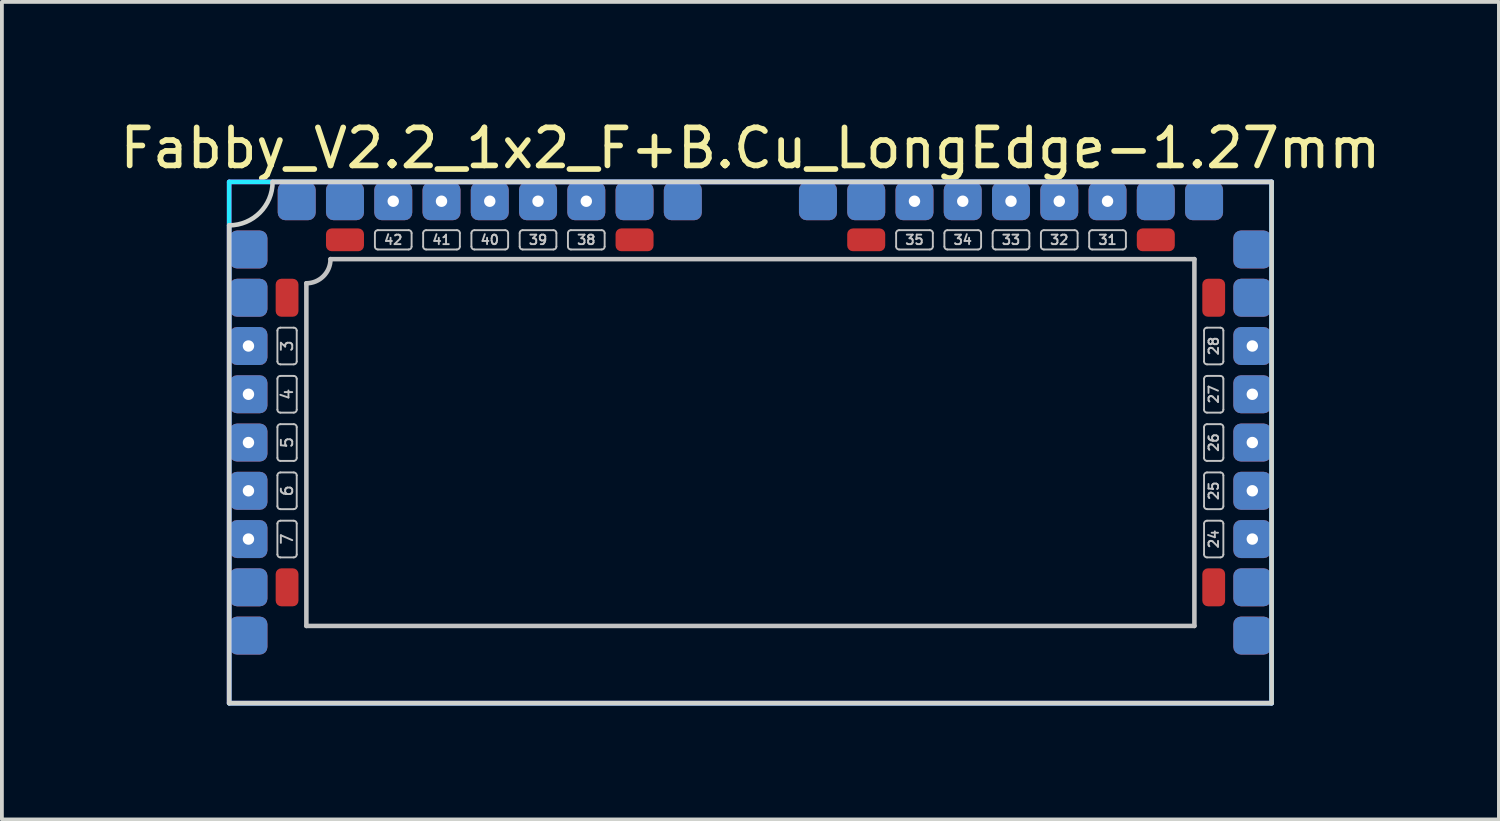
<source format=kicad_pcb>
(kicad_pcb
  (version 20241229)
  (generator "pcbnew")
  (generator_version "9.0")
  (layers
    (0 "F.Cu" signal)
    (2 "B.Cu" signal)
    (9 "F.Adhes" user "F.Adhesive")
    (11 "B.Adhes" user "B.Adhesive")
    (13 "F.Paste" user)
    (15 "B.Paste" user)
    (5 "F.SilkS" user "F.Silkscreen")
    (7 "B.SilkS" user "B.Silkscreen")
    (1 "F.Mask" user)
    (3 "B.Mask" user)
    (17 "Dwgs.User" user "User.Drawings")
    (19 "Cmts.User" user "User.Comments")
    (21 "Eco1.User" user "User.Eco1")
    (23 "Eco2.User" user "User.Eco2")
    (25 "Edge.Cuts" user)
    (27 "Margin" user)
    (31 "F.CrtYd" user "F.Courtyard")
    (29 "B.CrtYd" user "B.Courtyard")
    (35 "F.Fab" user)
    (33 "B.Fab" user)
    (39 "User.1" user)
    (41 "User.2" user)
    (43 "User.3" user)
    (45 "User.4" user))
  (footprint "Fabby_V2.2_1x2_F+B.Cu_LongEdge-1.27mm"
    (layer "F.Cu")
    (at 16.696 8.595)
    (property "Reference" "Fabby_V2.2_1x2_F+B.Cu_LongEdge-1.27mm" (at 0 -7.747 0) (layer "F.SilkS") (effects (font (size 1 1) (thickness 0.15))))
    (attr through_hole)
    (fp_line (start -12.446 -2.134) (end -12.446 -2.946) (stroke (width 0.05) (type solid)) (layer "Dwgs.User"))
    (fp_line (start -12.446 -0.864) (end -12.446 -1.676) (stroke (width 0.05) (type solid)) (layer "Dwgs.User"))
    (fp_line (start -12.446 0.406) (end -12.446 -0.406) (stroke (width 0.05) (type solid)) (layer "Dwgs.User"))
    (fp_line (start -12.446 1.676) (end -12.446 0.864) (stroke (width 0.05) (type solid)) (layer "Dwgs.User"))
    (fp_line (start -12.446 2.946) (end -12.446 2.134) (stroke (width 0.05) (type solid)) (layer "Dwgs.User"))
    (fp_line (start -12.37 -3.023) (end -12.014 -3.023) (stroke (width 0.05) (type solid)) (layer "Dwgs.User"))
    (fp_line (start -12.37 -2.057) (end -12.014 -2.057) (stroke (width 0.05) (type solid)) (layer "Dwgs.User"))
    (fp_line (start -12.37 -1.753) (end -12.014 -1.753) (stroke (width 0.05) (type solid)) (layer "Dwgs.User"))
    (fp_line (start -12.37 -0.787) (end -12.014 -0.787) (stroke (width 0.05) (type solid)) (layer "Dwgs.User"))
    (fp_line (start -12.37 -0.483) (end -12.014 -0.483) (stroke (width 0.05) (type solid)) (layer "Dwgs.User"))
    (fp_line (start -12.37 0.483) (end -12.014 0.483) (stroke (width 0.05) (type solid)) (layer "Dwgs.User"))
    (fp_line (start -12.37 0.787) (end -12.014 0.787) (stroke (width 0.05) (type solid)) (layer "Dwgs.User"))
    (fp_line (start -12.37 1.753) (end -12.014 1.753) (stroke (width 0.05) (type solid)) (layer "Dwgs.User"))
    (fp_line (start -12.37 2.057) (end -12.014 2.057) (stroke (width 0.05) (type solid)) (layer "Dwgs.User"))
    (fp_line (start -12.37 3.023) (end -12.014 3.023) (stroke (width 0.05) (type solid)) (layer "Dwgs.User"))
    (fp_line (start -11.938 -2.134) (end -11.938 -2.946) (stroke (width 0.05) (type solid)) (layer "Dwgs.User"))
    (fp_line (start -11.938 -0.864) (end -11.938 -1.676) (stroke (width 0.05) (type solid)) (layer "Dwgs.User"))
    (fp_line (start -11.938 0.406) (end -11.938 -0.406) (stroke (width 0.05) (type solid)) (layer "Dwgs.User"))
    (fp_line (start -11.938 1.676) (end -11.938 0.864) (stroke (width 0.05) (type solid)) (layer "Dwgs.User"))
    (fp_line (start -11.938 2.946) (end -11.938 2.134) (stroke (width 0.05) (type solid)) (layer "Dwgs.User"))
    (fp_line (start -11.684 4.826) (end -11.684 -4.191) (stroke (width 0.12) (type solid)) (layer "Dwgs.User"))
    (fp_line (start -11.049 -4.826) (end 11.684 -4.826) (stroke (width 0.12) (type solid)) (layer "Dwgs.User"))
    (fp_line (start -9.881 -5.156) (end -9.881 -5.512) (stroke (width 0.05) (type solid)) (layer "Dwgs.User"))
    (fp_line (start -8.992 -5.588) (end -9.804 -5.588) (stroke (width 0.05) (type solid)) (layer "Dwgs.User"))
    (fp_line (start -8.992 -5.08) (end -9.804 -5.08) (stroke (width 0.05) (type solid)) (layer "Dwgs.User"))
    (fp_line (start -8.915 -5.156) (end -8.915 -5.512) (stroke (width 0.05) (type solid)) (layer "Dwgs.User"))
    (fp_line (start -8.611 -5.156) (end -8.611 -5.512) (stroke (width 0.05) (type solid)) (layer "Dwgs.User"))
    (fp_line (start -7.722 -5.588) (end -8.534 -5.588) (stroke (width 0.05) (type solid)) (layer "Dwgs.User"))
    (fp_line (start -7.722 -5.08) (end -8.534 -5.08) (stroke (width 0.05) (type solid)) (layer "Dwgs.User"))
    (fp_line (start -7.645 -5.156) (end -7.645 -5.512) (stroke (width 0.05) (type solid)) (layer "Dwgs.User"))
    (fp_line (start -7.341 -5.156) (end -7.341 -5.512) (stroke (width 0.05) (type solid)) (layer "Dwgs.User"))
    (fp_line (start -6.452 -5.588) (end -7.264 -5.588) (stroke (width 0.05) (type solid)) (layer "Dwgs.User"))
    (fp_line (start -6.452 -5.08) (end -7.264 -5.08) (stroke (width 0.05) (type solid)) (layer "Dwgs.User"))
    (fp_line (start -6.375 -5.156) (end -6.375 -5.512) (stroke (width 0.05) (type solid)) (layer "Dwgs.User"))
    (fp_line (start -6.071 -5.156) (end -6.071 -5.512) (stroke (width 0.05) (type solid)) (layer "Dwgs.User"))
    (fp_line (start -5.182 -5.588) (end -5.994 -5.588) (stroke (width 0.05) (type solid)) (layer "Dwgs.User"))
    (fp_line (start -5.182 -5.08) (end -5.994 -5.08) (stroke (width 0.05) (type solid)) (layer "Dwgs.User"))
    (fp_line (start -5.105 -5.156) (end -5.105 -5.512) (stroke (width 0.05) (type solid)) (layer "Dwgs.User"))
    (fp_line (start -4.801 -5.156) (end -4.801 -5.512) (stroke (width 0.05) (type solid)) (layer "Dwgs.User"))
    (fp_line (start -3.912 -5.588) (end -4.724 -5.588) (stroke (width 0.05) (type solid)) (layer "Dwgs.User"))
    (fp_line (start -3.912 -5.08) (end -4.724 -5.08) (stroke (width 0.05) (type solid)) (layer "Dwgs.User"))
    (fp_line (start -3.835 -5.156) (end -3.835 -5.512) (stroke (width 0.05) (type solid)) (layer "Dwgs.User"))
    (fp_line (start 3.835 -5.156) (end 3.835 -5.512) (stroke (width 0.05) (type solid)) (layer "Dwgs.User"))
    (fp_line (start 4.724 -5.588) (end 3.912 -5.588) (stroke (width 0.05) (type solid)) (layer "Dwgs.User"))
    (fp_line (start 4.724 -5.08) (end 3.912 -5.08) (stroke (width 0.05) (type solid)) (layer "Dwgs.User"))
    (fp_line (start 4.801 -5.156) (end 4.801 -5.512) (stroke (width 0.05) (type solid)) (layer "Dwgs.User"))
    (fp_line (start 5.105 -5.156) (end 5.105 -5.512) (stroke (width 0.05) (type solid)) (layer "Dwgs.User"))
    (fp_line (start 5.994 -5.588) (end 5.182 -5.588) (stroke (width 0.05) (type solid)) (layer "Dwgs.User"))
    (fp_line (start 5.994 -5.08) (end 5.182 -5.08) (stroke (width 0.05) (type solid)) (layer "Dwgs.User"))
    (fp_line (start 6.071 -5.156) (end 6.071 -5.512) (stroke (width 0.05) (type solid)) (layer "Dwgs.User"))
    (fp_line (start 6.375 -5.156) (end 6.375 -5.512) (stroke (width 0.05) (type solid)) (layer "Dwgs.User"))
    (fp_line (start 7.264 -5.588) (end 6.452 -5.588) (stroke (width 0.05) (type solid)) (layer "Dwgs.User"))
    (fp_line (start 7.264 -5.08) (end 6.452 -5.08) (stroke (width 0.05) (type solid)) (layer "Dwgs.User"))
    (fp_line (start 7.341 -5.156) (end 7.341 -5.512) (stroke (width 0.05) (type solid)) (layer "Dwgs.User"))
    (fp_line (start 7.645 -5.156) (end 7.645 -5.512) (stroke (width 0.05) (type solid)) (layer "Dwgs.User"))
    (fp_line (start 8.534 -5.588) (end 7.722 -5.588) (stroke (width 0.05) (type solid)) (layer "Dwgs.User"))
    (fp_line (start 8.534 -5.08) (end 7.722 -5.08) (stroke (width 0.05) (type solid)) (layer "Dwgs.User"))
    (fp_line (start 8.611 -5.156) (end 8.611 -5.512) (stroke (width 0.05) (type solid)) (layer "Dwgs.User"))
    (fp_line (start 8.915 -5.156) (end 8.915 -5.512) (stroke (width 0.05) (type solid)) (layer "Dwgs.User"))
    (fp_line (start 9.804 -5.588) (end 8.992 -5.588) (stroke (width 0.05) (type solid)) (layer "Dwgs.User"))
    (fp_line (start 9.804 -5.08) (end 8.992 -5.08) (stroke (width 0.05) (type solid)) (layer "Dwgs.User"))
    (fp_line (start 9.881 -5.156) (end 9.881 -5.512) (stroke (width 0.05) (type solid)) (layer "Dwgs.User"))
    (fp_line (start 11.684 -4.826) (end 11.684 4.826) (stroke (width 0.12) (type solid)) (layer "Dwgs.User"))
    (fp_line (start 11.684 4.826) (end -11.684 4.826) (stroke (width 0.12) (type solid)) (layer "Dwgs.User"))
    (fp_line (start 11.938 -2.134) (end 11.938 -2.946) (stroke (width 0.05) (type solid)) (layer "Dwgs.User"))
    (fp_line (start 11.938 -0.864) (end 11.938 -1.676) (stroke (width 0.05) (type solid)) (layer "Dwgs.User"))
    (fp_line (start 11.938 0.406) (end 11.938 -0.406) (stroke (width 0.05) (type solid)) (layer "Dwgs.User"))
    (fp_line (start 11.938 1.676) (end 11.938 0.864) (stroke (width 0.05) (type solid)) (layer "Dwgs.User"))
    (fp_line (start 11.938 2.946) (end 11.938 2.134) (stroke (width 0.05) (type solid)) (layer "Dwgs.User"))
    (fp_line (start 12.014 -3.023) (end 12.37 -3.023) (stroke (width 0.05) (type solid)) (layer "Dwgs.User"))
    (fp_line (start 12.014 -2.057) (end 12.37 -2.057) (stroke (width 0.05) (type solid)) (layer "Dwgs.User"))
    (fp_line (start 12.014 -1.753) (end 12.37 -1.753) (stroke (width 0.05) (type solid)) (layer "Dwgs.User"))
    (fp_line (start 12.014 -0.787) (end 12.37 -0.787) (stroke (width 0.05) (type solid)) (layer "Dwgs.User"))
    (fp_line (start 12.014 -0.483) (end 12.37 -0.483) (stroke (width 0.05) (type solid)) (layer "Dwgs.User"))
    (fp_line (start 12.014 0.483) (end 12.37 0.483) (stroke (width 0.05) (type solid)) (layer "Dwgs.User"))
    (fp_line (start 12.014 0.787) (end 12.37 0.787) (stroke (width 0.05) (type solid)) (layer "Dwgs.User"))
    (fp_line (start 12.014 1.753) (end 12.37 1.753) (stroke (width 0.05) (type solid)) (layer "Dwgs.User"))
    (fp_line (start 12.014 2.057) (end 12.37 2.057) (stroke (width 0.05) (type solid)) (layer "Dwgs.User"))
    (fp_line (start 12.014 3.023) (end 12.37 3.023) (stroke (width 0.05) (type solid)) (layer "Dwgs.User"))
    (fp_line (start 12.446 -2.134) (end 12.446 -2.946) (stroke (width 0.05) (type solid)) (layer "Dwgs.User"))
    (fp_line (start 12.446 -0.864) (end 12.446 -1.676) (stroke (width 0.05) (type solid)) (layer "Dwgs.User"))
    (fp_line (start 12.446 0.406) (end 12.446 -0.406) (stroke (width 0.05) (type solid)) (layer "Dwgs.User"))
    (fp_line (start 12.446 1.676) (end 12.446 0.864) (stroke (width 0.05) (type solid)) (layer "Dwgs.User"))
    (fp_line (start 12.446 2.946) (end 12.446 2.134) (stroke (width 0.05) (type solid)) (layer "Dwgs.User"))
    (fp_arc (start -12.446 -2.9464) (mid -12.423682 -3.000282) (end -12.3698 -3.0226) (stroke (width 0.05) (type solid)) (layer "Dwgs.User"))
    (fp_arc (start -12.446 -1.6764) (mid -12.423682 -1.730282) (end -12.3698 -1.7526) (stroke (width 0.05) (type solid)) (layer "Dwgs.User"))
    (fp_arc (start -12.446 -0.4064) (mid -12.423682 -0.460282) (end -12.3698 -0.4826) (stroke (width 0.05) (type solid)) (layer "Dwgs.User"))
    (fp_arc (start -12.446 0.8636) (mid -12.423682 0.809718) (end -12.3698 0.7874) (stroke (width 0.05) (type solid)) (layer "Dwgs.User"))
    (fp_arc (start -12.446 2.1336) (mid -12.423682 2.079718) (end -12.3698 2.0574) (stroke (width 0.05) (type solid)) (layer "Dwgs.User"))
    (fp_arc (start -12.3698 -2.0574) (mid -12.423682 -2.079718) (end -12.446 -2.1336) (stroke (width 0.05) (type solid)) (layer "Dwgs.User"))
    (fp_arc (start -12.3698 -0.7874) (mid -12.423682 -0.809718) (end -12.446 -0.8636) (stroke (width 0.05) (type solid)) (layer "Dwgs.User"))
    (fp_arc (start -12.3698 0.4826) (mid -12.423682 0.460282) (end -12.446 0.4064) (stroke (width 0.05) (type solid)) (layer "Dwgs.User"))
    (fp_arc (start -12.3698 1.7526) (mid -12.423682 1.730282) (end -12.446 1.6764) (stroke (width 0.05) (type solid)) (layer "Dwgs.User"))
    (fp_arc (start -12.3698 3.0226) (mid -12.423682 3.000282) (end -12.446 2.9464) (stroke (width 0.05) (type solid)) (layer "Dwgs.User"))
    (fp_arc (start -12.0142 -3.0226) (mid -11.960318 -3.000282) (end -11.938 -2.9464) (stroke (width 0.05) (type solid)) (layer "Dwgs.User"))
    (fp_arc (start -12.0142 -1.7526) (mid -11.960318 -1.730282) (end -11.938 -1.6764) (stroke (width 0.05) (type solid)) (layer "Dwgs.User"))
    (fp_arc (start -12.0142 -0.4826) (mid -11.960318 -0.460282) (end -11.938 -0.4064) (stroke (width 0.05) (type solid)) (layer "Dwgs.User"))
    (fp_arc (start -12.0142 0.7874) (mid -11.960318 0.809718) (end -11.938 0.8636) (stroke (width 0.05) (type solid)) (layer "Dwgs.User"))
    (fp_arc (start -12.0142 2.0574) (mid -11.960318 2.079718) (end -11.938 2.1336) (stroke (width 0.05) (type solid)) (layer "Dwgs.User"))
    (fp_arc (start -11.938 -2.1336) (mid -11.960318 -2.079718) (end -12.0142 -2.0574) (stroke (width 0.05) (type solid)) (layer "Dwgs.User"))
    (fp_arc (start -11.938 -0.8636) (mid -11.960318 -0.809718) (end -12.0142 -0.7874) (stroke (width 0.05) (type solid)) (layer "Dwgs.User"))
    (fp_arc (start -11.938 0.4064) (mid -11.960318 0.460282) (end -12.0142 0.4826) (stroke (width 0.05) (type solid)) (layer "Dwgs.User"))
    (fp_arc (start -11.938 1.6764) (mid -11.960318 1.730282) (end -12.0142 1.7526) (stroke (width 0.05) (type solid)) (layer "Dwgs.User"))
    (fp_arc (start -11.938 2.9464) (mid -11.960318 3.000282) (end -12.0142 3.0226) (stroke (width 0.05) (type solid)) (layer "Dwgs.User"))
    (fp_arc (start -11.049 -4.826) (mid -11.234987 -4.376987) (end -11.684 -4.191) (stroke (width 0.12) (type solid)) (layer "Dwgs.User"))
    (fp_arc (start -9.8806 -5.5118) (mid -9.858282 -5.565682) (end -9.8044 -5.588) (stroke (width 0.05) (type solid)) (layer "Dwgs.User"))
    (fp_arc (start -9.8044 -5.08) (mid -9.858282 -5.102318) (end -9.8806 -5.1562) (stroke (width 0.05) (type solid)) (layer "Dwgs.User"))
    (fp_arc (start -8.9916 -5.588) (mid -8.937718 -5.565682) (end -8.9154 -5.5118) (stroke (width 0.05) (type solid)) (layer "Dwgs.User"))
    (fp_arc (start -8.9154 -5.1562) (mid -8.937718 -5.102318) (end -8.9916 -5.08) (stroke (width 0.05) (type solid)) (layer "Dwgs.User"))
    (fp_arc (start -8.6106 -5.5118) (mid -8.588282 -5.565682) (end -8.5344 -5.588) (stroke (width 0.05) (type solid)) (layer "Dwgs.User"))
    (fp_arc (start -8.5344 -5.08) (mid -8.588282 -5.102318) (end -8.6106 -5.1562) (stroke (width 0.05) (type solid)) (layer "Dwgs.User"))
    (fp_arc (start -7.7216 -5.588) (mid -7.667718 -5.565682) (end -7.6454 -5.5118) (stroke (width 0.05) (type solid)) (layer "Dwgs.User"))
    (fp_arc (start -7.6454 -5.1562) (mid -7.667718 -5.102318) (end -7.7216 -5.08) (stroke (width 0.05) (type solid)) (layer "Dwgs.User"))
    (fp_arc (start -7.3406 -5.5118) (mid -7.318282 -5.565682) (end -7.2644 -5.588) (stroke (width 0.05) (type solid)) (layer "Dwgs.User"))
    (fp_arc (start -7.2644 -5.08) (mid -7.318282 -5.102318) (end -7.3406 -5.1562) (stroke (width 0.05) (type solid)) (layer "Dwgs.User"))
    (fp_arc (start -6.4516 -5.588) (mid -6.397718 -5.565682) (end -6.3754 -5.5118) (stroke (width 0.05) (type solid)) (layer "Dwgs.User"))
    (fp_arc (start -6.3754 -5.1562) (mid -6.397718 -5.102318) (end -6.4516 -5.08) (stroke (width 0.05) (type solid)) (layer "Dwgs.User"))
    (fp_arc (start -6.0706 -5.5118) (mid -6.048282 -5.565682) (end -5.9944 -5.588) (stroke (width 0.05) (type solid)) (layer "Dwgs.User"))
    (fp_arc (start -5.9944 -5.08) (mid -6.048282 -5.102318) (end -6.0706 -5.1562) (stroke (width 0.05) (type solid)) (layer "Dwgs.User"))
    (fp_arc (start -5.1816 -5.588) (mid -5.127718 -5.565682) (end -5.1054 -5.5118) (stroke (width 0.05) (type solid)) (layer "Dwgs.User"))
    (fp_arc (start -5.1054 -5.1562) (mid -5.127718 -5.102318) (end -5.1816 -5.08) (stroke (width 0.05) (type solid)) (layer "Dwgs.User"))
    (fp_arc (start -4.8006 -5.5118) (mid -4.778282 -5.565682) (end -4.7244 -5.588) (stroke (width 0.05) (type solid)) (layer "Dwgs.User"))
    (fp_arc (start -4.7244 -5.08) (mid -4.778282 -5.102318) (end -4.8006 -5.1562) (stroke (width 0.05) (type solid)) (layer "Dwgs.User"))
    (fp_arc (start -3.9116 -5.588) (mid -3.857718 -5.565682) (end -3.8354 -5.5118) (stroke (width 0.05) (type solid)) (layer "Dwgs.User"))
    (fp_arc (start -3.8354 -5.1562) (mid -3.857718 -5.102318) (end -3.9116 -5.08) (stroke (width 0.05) (type solid)) (layer "Dwgs.User"))
    (fp_arc (start 3.8354 -5.5118) (mid 3.857718 -5.565682) (end 3.9116 -5.588) (stroke (width 0.05) (type solid)) (layer "Dwgs.User"))
    (fp_arc (start 3.9116 -5.08) (mid 3.857718 -5.102318) (end 3.8354 -5.1562) (stroke (width 0.05) (type solid)) (layer "Dwgs.User"))
    (fp_arc (start 4.7244 -5.588) (mid 4.778282 -5.565682) (end 4.8006 -5.5118) (stroke (width 0.05) (type solid)) (layer "Dwgs.User"))
    (fp_arc (start 4.8006 -5.1562) (mid 4.778282 -5.102318) (end 4.7244 -5.08) (stroke (width 0.05) (type solid)) (layer "Dwgs.User"))
    (fp_arc (start 5.1054 -5.5118) (mid 5.127718 -5.565682) (end 5.1816 -5.588) (stroke (width 0.05) (type solid)) (layer "Dwgs.User"))
    (fp_arc (start 5.1816 -5.08) (mid 5.127718 -5.102318) (end 5.1054 -5.1562) (stroke (width 0.05) (type solid)) (layer "Dwgs.User"))
    (fp_arc (start 5.9944 -5.588) (mid 6.048282 -5.565682) (end 6.0706 -5.5118) (stroke (width 0.05) (type solid)) (layer "Dwgs.User"))
    (fp_arc (start 6.0706 -5.1562) (mid 6.048282 -5.102318) (end 5.9944 -5.08) (stroke (width 0.05) (type solid)) (layer "Dwgs.User"))
    (fp_arc (start 6.3754 -5.5118) (mid 6.397718 -5.565682) (end 6.4516 -5.588) (stroke (width 0.05) (type solid)) (layer "Dwgs.User"))
    (fp_arc (start 6.4516 -5.08) (mid 6.397718 -5.102318) (end 6.3754 -5.1562) (stroke (width 0.05) (type solid)) (layer "Dwgs.User"))
    (fp_arc (start 7.2644 -5.588) (mid 7.318282 -5.565682) (end 7.3406 -5.5118) (stroke (width 0.05) (type solid)) (layer "Dwgs.User"))
    (fp_arc (start 7.3406 -5.1562) (mid 7.318282 -5.102318) (end 7.2644 -5.08) (stroke (width 0.05) (type solid)) (layer "Dwgs.User"))
    (fp_arc (start 7.6454 -5.5118) (mid 7.667718 -5.565682) (end 7.7216 -5.588) (stroke (width 0.05) (type solid)) (layer "Dwgs.User"))
    (fp_arc (start 7.7216 -5.08) (mid 7.667718 -5.102318) (end 7.6454 -5.1562) (stroke (width 0.05) (type solid)) (layer "Dwgs.User"))
    (fp_arc (start 8.5344 -5.588) (mid 8.588282 -5.565682) (end 8.6106 -5.5118) (stroke (width 0.05) (type solid)) (layer "Dwgs.User"))
    (fp_arc (start 8.6106 -5.1562) (mid 8.588282 -5.102318) (end 8.5344 -5.08) (stroke (width 0.05) (type solid)) (layer "Dwgs.User"))
    (fp_arc (start 8.9154 -5.5118) (mid 8.937718 -5.565682) (end 8.9916 -5.588) (stroke (width 0.05) (type solid)) (layer "Dwgs.User"))
    (fp_arc (start 8.9916 -5.08) (mid 8.937718 -5.102318) (end 8.9154 -5.1562) (stroke (width 0.05) (type solid)) (layer "Dwgs.User"))
    (fp_arc (start 9.8044 -5.588) (mid 9.858282 -5.565682) (end 9.8806 -5.5118) (stroke (width 0.05) (type solid)) (layer "Dwgs.User"))
    (fp_arc (start 9.8806 -5.1562) (mid 9.858282 -5.102318) (end 9.8044 -5.08) (stroke (width 0.05) (type solid)) (layer "Dwgs.User"))
    (fp_arc (start 11.938 -2.9464) (mid 11.960318 -3.000282) (end 12.0142 -3.0226) (stroke (width 0.05) (type solid)) (layer "Dwgs.User"))
    (fp_arc (start 11.938 -1.6764) (mid 11.960318 -1.730282) (end 12.0142 -1.7526) (stroke (width 0.05) (type solid)) (layer "Dwgs.User"))
    (fp_arc (start 11.938 -0.4064) (mid 11.960318 -0.460282) (end 12.0142 -0.4826) (stroke (width 0.05) (type solid)) (layer "Dwgs.User"))
    (fp_arc (start 11.938 0.8636) (mid 11.960318 0.809718) (end 12.0142 0.7874) (stroke (width 0.05) (type solid)) (layer "Dwgs.User"))
    (fp_arc (start 11.938 2.1336) (mid 11.960318 2.079718) (end 12.0142 2.0574) (stroke (width 0.05) (type solid)) (layer "Dwgs.User"))
    (fp_arc (start 12.0142 -2.0574) (mid 11.960318 -2.079718) (end 11.938 -2.1336) (stroke (width 0.05) (type solid)) (layer "Dwgs.User"))
    (fp_arc (start 12.0142 -0.7874) (mid 11.960318 -0.809718) (end 11.938 -0.8636) (stroke (width 0.05) (type solid)) (layer "Dwgs.User"))
    (fp_arc (start 12.0142 0.4826) (mid 11.960318 0.460282) (end 11.938 0.4064) (stroke (width 0.05) (type solid)) (layer "Dwgs.User"))
    (fp_arc (start 12.0142 1.7526) (mid 11.960318 1.730282) (end 11.938 1.6764) (stroke (width 0.05) (type solid)) (layer "Dwgs.User"))
    (fp_arc (start 12.0142 3.0226) (mid 11.960318 3.000282) (end 11.938 2.9464) (stroke (width 0.05) (type solid)) (layer "Dwgs.User"))
    (fp_arc (start 12.3698 -3.0226) (mid 12.423682 -3.000282) (end 12.446 -2.9464) (stroke (width 0.05) (type solid)) (layer "Dwgs.User"))
    (fp_arc (start 12.3698 -1.7526) (mid 12.423682 -1.730282) (end 12.446 -1.6764) (stroke (width 0.05) (type solid)) (layer "Dwgs.User"))
    (fp_arc (start 12.3698 -0.4826) (mid 12.423682 -0.460282) (end 12.446 -0.4064) (stroke (width 0.05) (type solid)) (layer "Dwgs.User"))
    (fp_arc (start 12.3698 0.7874) (mid 12.423682 0.809718) (end 12.446 0.8636) (stroke (width 0.05) (type solid)) (layer "Dwgs.User"))
    (fp_arc (start 12.3698 2.0574) (mid 12.423682 2.079718) (end 12.446 2.1336) (stroke (width 0.05) (type solid)) (layer "Dwgs.User"))
    (fp_arc (start 12.446 -2.1336) (mid 12.423682 -2.079718) (end 12.3698 -2.0574) (stroke (width 0.05) (type solid)) (layer "Dwgs.User"))
    (fp_arc (start 12.446 -0.8636) (mid 12.423682 -0.809718) (end 12.3698 -0.7874) (stroke (width 0.05) (type solid)) (layer "Dwgs.User"))
    (fp_arc (start 12.446 0.4064) (mid 12.423682 0.460282) (end 12.3698 0.4826) (stroke (width 0.05) (type solid)) (layer "Dwgs.User"))
    (fp_arc (start 12.446 1.6764) (mid 12.423682 1.730282) (end 12.3698 1.7526) (stroke (width 0.05) (type solid)) (layer "Dwgs.User"))
    (fp_arc (start 12.446 2.9464) (mid 12.423682 3.000282) (end 12.3698 3.0226) (stroke (width 0.05) (type solid)) (layer "Dwgs.User"))
    (fp_line (start -13.716 -5.715) (end -13.716 6.858) (stroke (width 0.12) (type solid)) (layer "Edge.Cuts"))
    (fp_line (start -13.716 6.858) (end 13.716 6.858) (stroke (width 0.12) (type solid)) (layer "Edge.Cuts"))
    (fp_line (start -12.573 -6.858) (end 13.716 -6.858) (stroke (width 0.12) (type solid)) (layer "Edge.Cuts"))
    (fp_line (start 13.716 -6.858) (end 13.716 6.858) (stroke (width 0.12) (type solid)) (layer "Edge.Cuts"))
    (fp_arc (start -12.573 -6.858) (mid -12.907777 -6.049777) (end -13.716 -5.715) (stroke (width 0.12) (type solid)) (layer "Edge.Cuts"))
    (fp_line (start -13.716 -6.858) (end 13.716 -6.858) (stroke (width 0.12) (type solid)) (layer "B.CrtYd"))
    (fp_line (start -13.716 6.858) (end -13.716 -6.858) (stroke (width 0.12) (type solid)) (layer "B.CrtYd"))
    (fp_line (start 13.716 -6.858) (end 13.716 6.858) (stroke (width 0.12) (type solid)) (layer "B.CrtYd"))
    (fp_line (start 13.716 6.858) (end -13.716 6.858) (stroke (width 0.12) (type solid)) (layer "B.CrtYd"))
    (fp_line (start -13.716 -6.858) (end 13.716 -6.858) (stroke (width 0.12) (type solid)) (layer "F.CrtYd"))
    (fp_line (start -13.716 6.858) (end -13.716 -6.858) (stroke (width 0.12) (type solid)) (layer "F.CrtYd"))
    (fp_line (start 13.716 -6.858) (end 13.716 6.858) (stroke (width 0.12) (type solid)) (layer "F.CrtYd"))
    (fp_line (start 13.716 6.858) (end -13.716 6.858) (stroke (width 0.12) (type solid)) (layer "F.CrtYd"))
    (fp_text user "27" (at 12.192 -1.27 270) (layer "Dwgs.User") (effects (font (size 0.25 0.25) (thickness 0.05))))
    (fp_text user "26" (at 12.192 0 270) (layer "Dwgs.User") (effects (font (size 0.25 0.25) (thickness 0.05))))
    (fp_text user "4" (at -12.192 -1.27 90) (layer "Dwgs.User") (effects (font (size 0.3 0.3) (thickness 0.05))))
    (fp_text user "31" (at 9.398 -5.334 0) (layer "Dwgs.User") (effects (font (size 0.25 0.25) (thickness 0.05))))
    (fp_text user "28" (at 12.192 -2.54 270) (layer "Dwgs.User") (effects (font (size 0.25 0.25) (thickness 0.05))))
    (fp_text user "25" (at 12.192 1.27 270) (layer "Dwgs.User") (effects (font (size 0.25 0.25) (thickness 0.05))))
    (fp_text user "39" (at -5.588 -5.334 0) (layer "Dwgs.User") (effects (font (size 0.25 0.25) (thickness 0.05))))
    (fp_text user "24" (at 12.192 2.54 270) (layer "Dwgs.User") (effects (font (size 0.25 0.25) (thickness 0.05))))
    (fp_text user "38" (at -4.318 -5.334 0) (layer "Dwgs.User") (effects (font (size 0.25 0.25) (thickness 0.05))))
    (fp_text user "35" (at 4.318 -5.334 0) (layer "Dwgs.User") (effects (font (size 0.25 0.25) (thickness 0.05))))
    (fp_text user "40" (at -6.858 -5.334 0) (layer "Dwgs.User") (effects (font (size 0.25 0.25) (thickness 0.05))))
    (fp_text user "7" (at -12.192 2.54 90) (layer "Dwgs.User") (effects (font (size 0.3 0.3) (thickness 0.05))))
    (fp_text user "33" (at 6.858 -5.334 0) (layer "Dwgs.User") (effects (font (size 0.25 0.25) (thickness 0.05))))
    (fp_text user "42" (at -9.398 -5.334 0) (layer "Dwgs.User") (effects (font (size 0.25 0.25) (thickness 0.05))))
    (fp_text user "3" (at -12.192 -2.54 90) (layer "Dwgs.User") (effects (font (size 0.3 0.3) (thickness 0.05))))
    (fp_text user "41" (at -8.128 -5.334 0) (layer "Dwgs.User") (effects (font (size 0.25 0.25) (thickness 0.05))))
    (fp_text user "6" (at -12.192 1.27 90) (layer "Dwgs.User") (effects (font (size 0.3 0.3) (thickness 0.05))))
    (fp_text user "5" (at -12.192 0 90) (layer "Dwgs.User") (effects (font (size 0.3 0.3) (thickness 0.05))))
    (fp_text user "32" (at 8.128 -5.334 0) (layer "Dwgs.User") (effects (font (size 0.25 0.25) (thickness 0.05))))
    (fp_text user "34" (at 5.588 -5.334 0) (layer "Dwgs.User") (effects (font (size 0.25 0.25) (thickness 0.05))))
    (pad "" smd roundrect (at -13.208 -5.08 270) (size 1 1) (layers "B.Cu" "B.Mask" "B.Paste") (roundrect_rratio 0.2))
    (pad "" smd roundrect (at -13.208 -3.81 270) (size 1 1) (layers "F.Cu" "F.Mask" "F.Paste") (roundrect_rratio 0.2))
    (pad "" smd roundrect (at -13.208 -3.81 270) (size 1 1) (layers "B.Cu" "B.Mask" "B.Paste") (roundrect_rratio 0.2))
    (pad "" smd roundrect (at -13.208 -2.54 270) (size 1 1) (layers "B.Cu" "B.Mask" "B.Paste") (roundrect_rratio 0.2))
    (pad "" smd roundrect (at -13.208 -1.27 270) (size 1 1) (layers "B.Cu" "B.Mask" "B.Paste") (roundrect_rratio 0.2))
    (pad "" smd roundrect (at -13.208 0 270) (size 1 1) (layers "B.Cu" "B.Mask" "B.Paste") (roundrect_rratio 0.2))
    (pad "" smd roundrect (at -13.208 1.27 270) (size 1 1) (layers "B.Cu" "B.Mask" "B.Paste") (roundrect_rratio 0.2))
    (pad "" smd roundrect (at -13.208 2.54 270) (size 1 1) (layers "B.Cu" "B.Mask" "B.Paste") (roundrect_rratio 0.2))
    (pad "" smd roundrect (at -13.208 3.81 270) (size 1 1) (layers "F.Cu" "F.Mask" "F.Paste") (roundrect_rratio 0.2))
    (pad "" smd roundrect (at -13.208 3.81 270) (size 1 1) (layers "B.Cu" "B.Mask" "B.Paste") (roundrect_rratio 0.2))
    (pad "" smd roundrect (at -13.208 5.08 270) (size 1 1) (layers "B.Cu" "B.Mask" "B.Paste") (roundrect_rratio 0.2))
    (pad "" smd roundrect (at -11.938 -6.35 270) (size 1 1) (layers "B.Cu" "B.Mask" "B.Paste") (roundrect_rratio 0.2))
    (pad "" smd roundrect (at -10.668 -6.35 270) (size 1 1) (layers "F.Cu" "F.Mask" "F.Paste") (roundrect_rratio 0.2))
    (pad "" smd roundrect (at -10.668 -6.35 270) (size 1 1) (layers "B.Cu" "B.Mask" "B.Paste") (roundrect_rratio 0.2))
    (pad "" smd roundrect (at -9.398 -6.35 270) (size 1 1) (layers "B.Cu" "B.Mask" "B.Paste") (roundrect_rratio 0.2))
    (pad "" smd roundrect (at -8.128 -6.35 270) (size 1 1) (layers "B.Cu" "B.Mask" "B.Paste") (roundrect_rratio 0.2))
    (pad "" smd roundrect (at -6.858 -6.35 270) (size 1 1) (layers "B.Cu" "B.Mask" "B.Paste") (roundrect_rratio 0.2))
    (pad "" smd roundrect (at -5.588 -6.35 270) (size 1 1) (layers "B.Cu" "B.Mask" "B.Paste") (roundrect_rratio 0.2))
    (pad "" smd roundrect (at -4.318 -6.35 270) (size 1 1) (layers "B.Cu" "B.Mask" "B.Paste") (roundrect_rratio 0.2))
    (pad "" smd roundrect (at -3.048 -6.35 270) (size 1 1) (layers "F.Cu" "F.Mask" "F.Paste") (roundrect_rratio 0.2))
    (pad "" smd roundrect (at -3.048 -6.35 270) (size 1 1) (layers "B.Cu" "B.Mask" "B.Paste") (roundrect_rratio 0.2))
    (pad "" smd roundrect (at -1.778 -6.35 270) (size 1 1) (layers "B.Cu" "B.Mask" "B.Paste") (roundrect_rratio 0.2))
    (pad "" smd roundrect (at 1.778 -6.35 270) (size 1 1) (layers "B.Cu" "B.Mask" "B.Paste") (roundrect_rratio 0.2))
    (pad "" smd roundrect (at 3.048 -6.35 270) (size 1 1) (layers "F.Cu" "F.Mask" "F.Paste") (roundrect_rratio 0.2))
    (pad "" smd roundrect (at 3.048 -6.35 270) (size 1 1) (layers "B.Cu" "B.Mask" "B.Paste") (roundrect_rratio 0.2))
    (pad "" smd roundrect (at 4.318 -6.35 270) (size 1 1) (layers "B.Cu" "B.Mask" "B.Paste") (roundrect_rratio 0.2))
    (pad "" smd roundrect (at 5.588 -6.35 270) (size 1 1) (layers "B.Cu" "B.Mask" "B.Paste") (roundrect_rratio 0.2))
    (pad "" smd roundrect (at 6.858 -6.35 270) (size 1 1) (layers "B.Cu" "B.Mask" "B.Paste") (roundrect_rratio 0.2))
    (pad "" smd roundrect (at 8.128 -6.35 270) (size 1 1) (layers "B.Cu" "B.Mask" "B.Paste") (roundrect_rratio 0.2))
    (pad "" smd roundrect (at 9.398 -6.35 270) (size 1 1) (layers "B.Cu" "B.Mask" "B.Paste") (roundrect_rratio 0.2))
    (pad "" smd roundrect (at 10.668 -6.35 270) (size 1 1) (layers "F.Cu" "F.Mask" "F.Paste") (roundrect_rratio 0.2))
    (pad "" smd roundrect (at 10.668 -6.35 270) (size 1 1) (layers "B.Cu" "B.Mask" "B.Paste") (roundrect_rratio 0.2))
    (pad "" smd roundrect (at 11.938 -6.35 270) (size 1 1) (layers "B.Cu" "B.Mask" "B.Paste") (roundrect_rratio 0.2))
    (pad "" smd roundrect (at 13.208 -5.08 270) (size 1 1) (layers "B.Cu" "B.Mask" "B.Paste") (roundrect_rratio 0.2))
    (pad "" smd roundrect (at 13.208 -3.81 270) (size 1 1) (layers "F.Cu" "F.Mask" "F.Paste") (roundrect_rratio 0.2))
    (pad "" smd roundrect (at 13.208 -3.81 270) (size 1 1) (layers "B.Cu" "B.Mask" "B.Paste") (roundrect_rratio 0.2))
    (pad "" smd roundrect (at 13.208 -2.54 270) (size 1 1) (layers "B.Cu" "B.Mask" "B.Paste") (roundrect_rratio 0.2))
    (pad "" smd roundrect (at 13.208 -1.27 270) (size 1 1) (layers "B.Cu" "B.Mask" "B.Paste") (roundrect_rratio 0.2))
    (pad "" smd roundrect (at 13.208 0 270) (size 1 1) (layers "B.Cu" "B.Mask" "B.Paste") (roundrect_rratio 0.2))
    (pad "" smd roundrect (at 13.208 1.27 270) (size 1 1) (layers "B.Cu" "B.Mask" "B.Paste") (roundrect_rratio 0.2))
    (pad "" smd roundrect (at 13.208 2.54 270) (size 1 1) (layers "B.Cu" "B.Mask" "B.Paste") (roundrect_rratio 0.2))
    (pad "" smd roundrect (at 13.208 3.81 270) (size 1 1) (layers "F.Cu" "F.Mask" "F.Paste") (roundrect_rratio 0.2))
    (pad "" smd roundrect (at 13.208 3.81 270) (size 1 1) (layers "B.Cu" "B.Mask" "B.Paste") (roundrect_rratio 0.2))
    (pad "" smd roundrect (at 13.208 5.08 270) (size 1 1) (layers "B.Cu" "B.Mask" "B.Paste") (roundrect_rratio 0.2))
    (pad "1" smd roundrect (at -13.208 -5.08 270) (size 1 1) (layers "F.Cu" "F.Mask" "F.Paste") (roundrect_rratio 0.2))
    (pad "1" smd roundrect (at -13.208 5.08 270) (size 1 1) (layers "F.Cu" "F.Mask" "F.Paste") (roundrect_rratio 0.2))
    (pad "1" smd roundrect (at -11.938 -6.35 270) (size 1 1) (layers "F.Cu" "F.Mask" "F.Paste") (roundrect_rratio 0.2))
    (pad "1" smd roundrect (at -1.778 -6.35 270) (size 1 1) (layers "F.Cu" "F.Mask" "F.Paste") (roundrect_rratio 0.2))
    (pad "1" smd roundrect (at 1.778 -6.35 270) (size 1 1) (layers "F.Cu" "F.Mask" "F.Paste") (roundrect_rratio 0.2))
    (pad "1" smd roundrect (at 11.938 -6.35 270) (size 1 1) (layers "F.Cu" "F.Mask" "F.Paste") (roundrect_rratio 0.2))
    (pad "1" smd roundrect (at 13.208 -5.08 270) (size 1 1) (layers "F.Cu" "F.Mask" "F.Paste") (roundrect_rratio 0.2))
    (pad "1" smd roundrect (at 13.208 5.08 270) (size 1 1) (layers "F.Cu" "F.Mask" "F.Paste") (roundrect_rratio 0.2))
    (pad "2" smd roundrect (at -12.192 -3.81) (size 0.6 1) (layers "F.Cu" "F.Mask" "F.Paste") (roundrect_rratio 0.25))
    (pad "3" thru_hole circle (at -13.208 -2.54) (size 0.6 0.6) (drill 0.3) (layers "*.Cu" "*.Mask"))
    (pad "3" smd roundrect (at -13.208 -2.54 270) (size 1 1) (layers "F.Cu" "F.Mask" "F.Paste") (roundrect_rratio 0.2))
    (pad "4" thru_hole circle (at -13.208 -1.27) (size 0.6 0.6) (drill 0.3) (layers "*.Cu" "*.Mask"))
    (pad "4" smd roundrect (at -13.208 -1.27 270) (size 1 1) (layers "F.Cu" "F.Mask" "F.Paste") (roundrect_rratio 0.2))
    (pad "5" thru_hole circle (at -13.208 0) (size 0.6 0.6) (drill 0.3) (layers "*.Cu" "*.Mask"))
    (pad "5" smd roundrect (at -13.208 0 270) (size 1 1) (layers "F.Cu" "F.Mask" "F.Paste") (roundrect_rratio 0.2))
    (pad "6" thru_hole circle (at -13.208 1.27) (size 0.6 0.6) (drill 0.3) (layers "*.Cu" "*.Mask"))
    (pad "6" smd roundrect (at -13.208 1.27 270) (size 1 1) (layers "F.Cu" "F.Mask" "F.Paste") (roundrect_rratio 0.2))
    (pad "7" thru_hole circle (at -13.208 2.54) (size 0.6 0.6) (drill 0.3) (layers "*.Cu" "*.Mask"))
    (pad "7" smd roundrect (at -13.208 2.54 270) (size 1 1) (layers "F.Cu" "F.Mask" "F.Paste") (roundrect_rratio 0.2))
    (pad "8" smd roundrect (at -12.192 3.81) (size 0.6 1) (layers "F.Cu" "F.Mask" "F.Paste") (roundrect_rratio 0.25))
    (pad "23" smd roundrect (at 12.192 3.81 180) (size 0.6 1) (layers "F.Cu" "F.Mask" "F.Paste") (roundrect_rratio 0.25))
    (pad "24" thru_hole circle (at 13.208 2.54) (size 0.6 0.6) (drill 0.3) (layers "*.Cu" "*.Mask"))
    (pad "24" smd roundrect (at 13.208 2.54 270) (size 1 1) (layers "F.Cu" "F.Mask" "F.Paste") (roundrect_rratio 0.2))
    (pad "25" thru_hole circle (at 13.208 1.27) (size 0.6 0.6) (drill 0.3) (layers "*.Cu" "*.Mask"))
    (pad "25" smd roundrect (at 13.208 1.27 270) (size 1 1) (layers "F.Cu" "F.Mask" "F.Paste") (roundrect_rratio 0.2))
    (pad "26" thru_hole circle (at 13.208 0) (size 0.6 0.6) (drill 0.3) (layers "*.Cu" "*.Mask"))
    (pad "26" smd roundrect (at 13.208 0 270) (size 1 1) (layers "F.Cu" "F.Mask" "F.Paste") (roundrect_rratio 0.2))
    (pad "27" thru_hole circle (at 13.208 -1.27) (size 0.6 0.6) (drill 0.3) (layers "*.Cu" "*.Mask"))
    (pad "27" smd roundrect (at 13.208 -1.27 270) (size 1 1) (layers "F.Cu" "F.Mask" "F.Paste") (roundrect_rratio 0.2))
    (pad "28" thru_hole circle (at 13.208 -2.54) (size 0.6 0.6) (drill 0.3) (layers "*.Cu" "*.Mask"))
    (pad "28" smd roundrect (at 13.208 -2.54 270) (size 1 1) (layers "F.Cu" "F.Mask" "F.Paste") (roundrect_rratio 0.2))
    (pad "29" smd roundrect (at 12.192 -3.81 180) (size 0.6 1) (layers "F.Cu" "F.Mask" "F.Paste") (roundrect_rratio 0.25))
    (pad "30" smd roundrect (at 10.668 -5.334 270) (size 0.6 1) (layers "F.Cu" "F.Mask" "F.Paste") (roundrect_rratio 0.25))
    (pad "31" thru_hole circle (at 9.398 -6.35) (size 0.6 0.6) (drill 0.3) (layers "*.Cu" "*.Mask"))
    (pad "31" smd roundrect (at 9.398 -6.35 270) (size 1 1) (layers "F.Cu" "F.Mask" "F.Paste") (roundrect_rratio 0.2))
    (pad "32" thru_hole circle (at 8.128 -6.35) (size 0.6 0.6) (drill 0.3) (layers "*.Cu" "*.Mask"))
    (pad "32" smd roundrect (at 8.128 -6.35 270) (size 1 1) (layers "F.Cu" "F.Mask" "F.Paste") (roundrect_rratio 0.2))
    (pad "33" thru_hole circle (at 6.858 -6.35) (size 0.6 0.6) (drill 0.3) (layers "*.Cu" "*.Mask"))
    (pad "33" smd roundrect (at 6.858 -6.35 270) (size 1 1) (layers "F.Cu" "F.Mask" "F.Paste") (roundrect_rratio 0.2))
    (pad "34" thru_hole circle (at 5.588 -6.35) (size 0.6 0.6) (drill 0.3) (layers "*.Cu" "*.Mask"))
    (pad "34" smd roundrect (at 5.588 -6.35 270) (size 1 1) (layers "F.Cu" "F.Mask" "F.Paste") (roundrect_rratio 0.2))
    (pad "35" thru_hole circle (at 4.318 -6.35) (size 0.6 0.6) (drill 0.3) (layers "*.Cu" "*.Mask"))
    (pad "35" smd roundrect (at 4.318 -6.35 270) (size 1 1) (layers "F.Cu" "F.Mask" "F.Paste") (roundrect_rratio 0.2))
    (pad "36" smd roundrect (at 3.048 -5.334 270) (size 0.6 1) (layers "F.Cu" "F.Mask" "F.Paste") (roundrect_rratio 0.25))
    (pad "37" smd roundrect (at -3.048 -5.334 270) (size 0.6 1) (layers "F.Cu" "F.Mask" "F.Paste") (roundrect_rratio 0.25))
    (pad "38" thru_hole circle (at -4.318 -6.35) (size 0.6 0.6) (drill 0.3) (layers "*.Cu" "*.Mask"))
    (pad "38" smd roundrect (at -4.318 -6.35 270) (size 1 1) (layers "F.Cu" "F.Mask" "F.Paste") (roundrect_rratio 0.2))
    (pad "39" thru_hole circle (at -5.588 -6.35) (size 0.6 0.6) (drill 0.3) (layers "*.Cu" "*.Mask"))
    (pad "39" smd roundrect (at -5.588 -6.35 270) (size 1 1) (layers "F.Cu" "F.Mask" "F.Paste") (roundrect_rratio 0.2))
    (pad "40" thru_hole circle (at -6.858 -6.35) (size 0.6 0.6) (drill 0.3) (layers "*.Cu" "*.Mask"))
    (pad "40" smd roundrect (at -6.858 -6.35 270) (size 1 1) (layers "F.Cu" "F.Mask" "F.Paste") (roundrect_rratio 0.2))
    (pad "41" thru_hole circle (at -8.128 -6.35) (size 0.6 0.6) (drill 0.3) (layers "*.Cu" "*.Mask"))
    (pad "41" smd roundrect (at -8.128 -6.35 270) (size 1 1) (layers "F.Cu" "F.Mask" "F.Paste") (roundrect_rratio 0.2))
    (pad "42" thru_hole circle (at -9.398 -6.35) (size 0.6 0.6) (drill 0.3) (layers "*.Cu" "*.Mask"))
    (pad "42" smd roundrect (at -9.398 -6.35 270) (size 1 1) (layers "F.Cu" "F.Mask" "F.Paste") (roundrect_rratio 0.2))
    (pad "43" smd roundrect (at -10.668 -5.334 270) (size 0.6 1) (layers "F.Cu" "F.Mask" "F.Paste") (roundrect_rratio 0.25)))
  (gr_rect
    (start -3 -3)
    (end 36.393 18.513)
    (stroke (width 0.1) (type default))
    (fill no)
    (layer "Edge.Cuts")))
</source>
